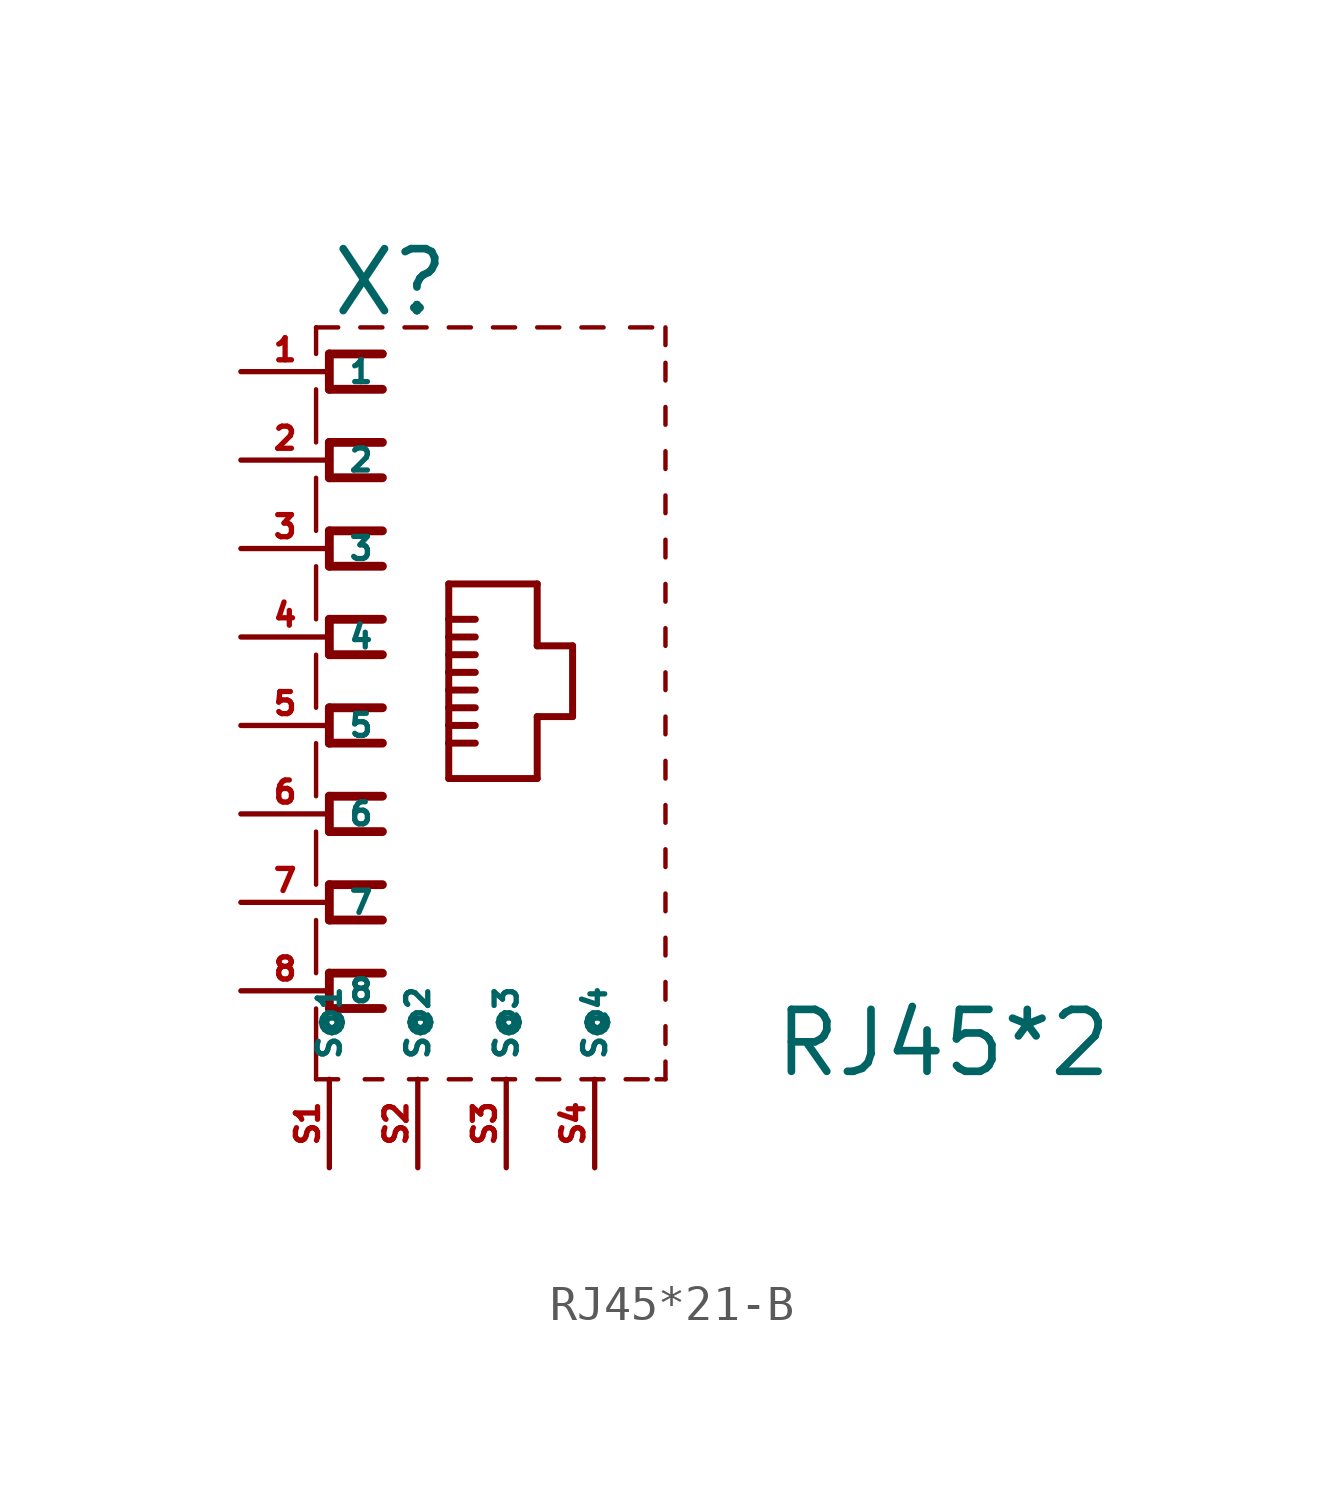
<source format=kicad_sym>
(kicad_symbol_lib
  (version 20220914)
  (generator Eagle2Kicad)
  (symbol "RJ45*21-B"
    (property "Reference" "X"
      (at -5.08 11.684 0)
      (effects (font (size 1.778 1.778) (thickness 0.22)) (justify left bottom)))
    (property "Value" "RJ45*2"
      (at 7.62 -10.16 0)
      (effects (font (size 1.778 1.778) (thickness 0.22)) (justify left bottom)))
    (polyline
      (pts (xy -5.461 -10.16) (xy -4.826 -10.16))
      (stroke (width 0.127) (type default))
      (fill (type none)))
    (polyline
      (pts (xy -4.064 -10.16) (xy -3.556 -10.16))
      (stroke (width 0.127) (type default))
      (fill (type none)))
    (polyline
      (pts (xy -2.794 -10.16) (xy -2.286 -10.16))
      (stroke (width 0.127) (type default))
      (fill (type none)))
    (polyline
      (pts (xy 4.318 -10.16) (xy 4.572 -10.16))
      (stroke (width 0.127) (type default))
      (fill (type none)))
    (polyline
      (pts (xy 4.572 -10.16) (xy 4.572 -9.652))
      (stroke (width 0.127) (type default))
      (fill (type none)))
    (polyline
      (pts (xy 4.572 9.906) (xy 4.572 10.414))
      (stroke (width 0.127) (type default))
      (fill (type none)))
    (polyline
      (pts (xy 4.572 10.922) (xy 4.572 11.43))
      (stroke (width 0.127) (type default))
      (fill (type none)))
    (polyline
      (pts (xy -4.826 11.43) (xy -5.461 11.43))
      (stroke (width 0.127) (type default))
      (fill (type none)))
    (polyline
      (pts (xy -5.461 11.43) (xy -5.461 10.668))
      (stroke (width 0.127) (type default))
      (fill (type none)))
    (polyline
      (pts (xy -5.461 9.652) (xy -5.461 8.128))
      (stroke (width 0.127) (type default))
      (fill (type none)))
    (polyline
      (pts (xy -5.461 7.112) (xy -5.461 5.588))
      (stroke (width 0.127) (type default))
      (fill (type none)))
    (polyline
      (pts (xy -5.461 4.572) (xy -5.461 3.048))
      (stroke (width 0.127) (type default))
      (fill (type none)))
    (polyline
      (pts (xy -5.461 2.032) (xy -5.461 0.508))
      (stroke (width 0.127) (type default))
      (fill (type none)))
    (polyline
      (pts (xy -5.461 -0.508) (xy -5.461 -2.032))
      (stroke (width 0.127) (type default))
      (fill (type none)))
    (polyline
      (pts (xy -5.461 -8.128) (xy -5.461 -10.16))
      (stroke (width 0.127) (type default))
      (fill (type none)))
    (polyline
      (pts (xy 4.572 8.636) (xy 4.572 9.144))
      (stroke (width 0.127) (type default))
      (fill (type none)))
    (polyline
      (pts (xy 4.572 7.366) (xy 4.572 7.874))
      (stroke (width 0.127) (type default))
      (fill (type none)))
    (polyline
      (pts (xy 4.572 6.096) (xy 4.572 6.604))
      (stroke (width 0.127) (type default))
      (fill (type none)))
    (polyline
      (pts (xy 4.572 4.826) (xy 4.572 5.334))
      (stroke (width 0.127) (type default))
      (fill (type none)))
    (polyline
      (pts (xy 4.572 3.556) (xy 4.572 4.064))
      (stroke (width 0.127) (type default))
      (fill (type none)))
    (polyline
      (pts (xy 4.572 2.286) (xy 4.572 2.794))
      (stroke (width 0.127) (type default))
      (fill (type none)))
    (polyline
      (pts (xy 4.572 1.016) (xy 4.572 1.524))
      (stroke (width 0.127) (type default))
      (fill (type none)))
    (polyline
      (pts (xy 4.572 -0.254) (xy 4.572 0.254))
      (stroke (width 0.127) (type default))
      (fill (type none)))
    (polyline
      (pts (xy 4.572 -1.524) (xy 4.572 -1.016))
      (stroke (width 0.127) (type default))
      (fill (type none)))
    (polyline
      (pts (xy -1.016 -10.16) (xy -1.651 -10.16))
      (stroke (width 0.127) (type default))
      (fill (type none)))
    (polyline
      (pts (xy 0.254 -10.16) (xy -0.381 -10.16))
      (stroke (width 0.127) (type default))
      (fill (type none)))
    (polyline
      (pts (xy 1.524 -10.16) (xy 0.889 -10.16))
      (stroke (width 0.127) (type default))
      (fill (type none)))
    (polyline
      (pts (xy 2.794 -10.16) (xy 2.159 -10.16))
      (stroke (width 0.127) (type default))
      (fill (type none)))
    (polyline
      (pts (xy 4.064 -10.16) (xy 3.429 -10.16))
      (stroke (width 0.127) (type default))
      (fill (type none)))
    (polyline
      (pts (xy -3.556 11.43) (xy -4.191 11.43))
      (stroke (width 0.127) (type default))
      (fill (type none)))
    (polyline
      (pts (xy -2.286 11.43) (xy -2.921 11.43))
      (stroke (width 0.127) (type default))
      (fill (type none)))
    (polyline
      (pts (xy -1.016 11.43) (xy -1.651 11.43))
      (stroke (width 0.127) (type default))
      (fill (type none)))
    (polyline
      (pts (xy 0.254 11.43) (xy -0.381 11.43))
      (stroke (width 0.127) (type default))
      (fill (type none)))
    (polyline
      (pts (xy 1.524 11.43) (xy 0.889 11.43))
      (stroke (width 0.127) (type default))
      (fill (type none)))
    (polyline
      (pts (xy 2.794 11.43) (xy 2.159 11.43))
      (stroke (width 0.127) (type default))
      (fill (type none)))
    (polyline
      (pts (xy 3.556 11.43) (xy 4.191 11.43))
      (stroke (width 0.127) (type default))
      (fill (type none)))
    (polyline
      (pts (xy -3.556 10.668) (xy -5.08 10.668))
      (stroke (width 0.254) (type default))
      (fill (type none)))
    (polyline
      (pts (xy -5.08 10.668) (xy -5.08 9.652))
      (stroke (width 0.254) (type default))
      (fill (type none)))
    (polyline
      (pts (xy -5.08 9.652) (xy -3.556 9.652))
      (stroke (width 0.254) (type default))
      (fill (type none)))
    (polyline
      (pts (xy -3.556 8.128) (xy -5.08 8.128))
      (stroke (width 0.254) (type default))
      (fill (type none)))
    (polyline
      (pts (xy -5.08 8.128) (xy -5.08 7.112))
      (stroke (width 0.254) (type default))
      (fill (type none)))
    (polyline
      (pts (xy -5.08 7.112) (xy -3.556 7.112))
      (stroke (width 0.254) (type default))
      (fill (type none)))
    (polyline
      (pts (xy -3.556 5.588) (xy -5.08 5.588))
      (stroke (width 0.254) (type default))
      (fill (type none)))
    (polyline
      (pts (xy -5.08 5.588) (xy -5.08 4.572))
      (stroke (width 0.254) (type default))
      (fill (type none)))
    (polyline
      (pts (xy -5.08 4.572) (xy -3.556 4.572))
      (stroke (width 0.254) (type default))
      (fill (type none)))
    (polyline
      (pts (xy -3.556 3.048) (xy -5.08 3.048))
      (stroke (width 0.254) (type default))
      (fill (type none)))
    (polyline
      (pts (xy -5.08 3.048) (xy -5.08 2.032))
      (stroke (width 0.254) (type default))
      (fill (type none)))
    (polyline
      (pts (xy -5.08 2.032) (xy -3.556 2.032))
      (stroke (width 0.254) (type default))
      (fill (type none)))
    (polyline
      (pts (xy -3.556 0.508) (xy -5.08 0.508))
      (stroke (width 0.254) (type default))
      (fill (type none)))
    (polyline
      (pts (xy -5.08 0.508) (xy -5.08 -0.508))
      (stroke (width 0.254) (type default))
      (fill (type none)))
    (polyline
      (pts (xy -5.08 -0.508) (xy -3.556 -0.508))
      (stroke (width 0.254) (type default))
      (fill (type none)))
    (polyline
      (pts (xy -3.556 -2.032) (xy -5.08 -2.032))
      (stroke (width 0.254) (type default))
      (fill (type none)))
    (polyline
      (pts (xy -5.08 -2.032) (xy -5.08 -3.048))
      (stroke (width 0.254) (type default))
      (fill (type none)))
    (polyline
      (pts (xy -5.08 -3.048) (xy -3.556 -3.048))
      (stroke (width 0.254) (type default))
      (fill (type none)))
    (polyline
      (pts (xy -1.651 -1.524) (xy 0.889 -1.524))
      (stroke (width 0.2) (type default))
      (fill (type none)))
    (polyline
      (pts (xy 0.889 -1.524) (xy 0.889 0.254))
      (stroke (width 0.2) (type default))
      (fill (type none)))
    (polyline
      (pts (xy 0.889 0.254) (xy 1.905 0.254))
      (stroke (width 0.2) (type default))
      (fill (type none)))
    (polyline
      (pts (xy 1.905 0.254) (xy 1.905 2.286))
      (stroke (width 0.2) (type default))
      (fill (type none)))
    (polyline
      (pts (xy 1.905 2.286) (xy 0.889 2.286))
      (stroke (width 0.2) (type default))
      (fill (type none)))
    (polyline
      (pts (xy 0.889 2.286) (xy 0.889 4.064))
      (stroke (width 0.2) (type default))
      (fill (type none)))
    (polyline
      (pts (xy 0.889 4.064) (xy -1.651 4.064))
      (stroke (width 0.2) (type default))
      (fill (type none)))
    (polyline
      (pts (xy -1.651 4.064) (xy -1.651 3.048))
      (stroke (width 0.2) (type default))
      (fill (type none)))
    (polyline
      (pts (xy -1.651 3.048) (xy -1.651 2.54))
      (stroke (width 0.2) (type default))
      (fill (type none)))
    (polyline
      (pts (xy -1.651 2.54) (xy -1.651 2.032))
      (stroke (width 0.2) (type default))
      (fill (type none)))
    (polyline
      (pts (xy -1.651 2.032) (xy -1.651 1.524))
      (stroke (width 0.2) (type default))
      (fill (type none)))
    (polyline
      (pts (xy -1.651 1.524) (xy -1.651 1.016))
      (stroke (width 0.2) (type default))
      (fill (type none)))
    (polyline
      (pts (xy -1.651 1.016) (xy -1.651 0.508))
      (stroke (width 0.2) (type default))
      (fill (type none)))
    (polyline
      (pts (xy -1.651 0.508) (xy -1.651 0))
      (stroke (width 0.2) (type default))
      (fill (type none)))
    (polyline
      (pts (xy -1.651 0) (xy -1.651 -0.508))
      (stroke (width 0.2) (type default))
      (fill (type none)))
    (polyline
      (pts (xy -1.651 -0.508) (xy -1.651 -1.524))
      (stroke (width 0.2) (type default))
      (fill (type none)))
    (polyline
      (pts (xy -1.651 3.048) (xy -0.889 3.048))
      (stroke (width 0.2) (type default))
      (fill (type none)))
    (polyline
      (pts (xy -1.651 2.54) (xy -0.889 2.54))
      (stroke (width 0.2) (type default))
      (fill (type none)))
    (polyline
      (pts (xy -1.651 2.032) (xy -0.889 2.032))
      (stroke (width 0.2) (type default))
      (fill (type none)))
    (polyline
      (pts (xy -1.651 1.524) (xy -0.889 1.524))
      (stroke (width 0.2) (type default))
      (fill (type none)))
    (polyline
      (pts (xy -1.651 1.016) (xy -0.889 1.016))
      (stroke (width 0.2) (type default))
      (fill (type none)))
    (polyline
      (pts (xy -1.651 0.508) (xy -0.889 0.508))
      (stroke (width 0.2) (type default))
      (fill (type none)))
    (polyline
      (pts (xy -3.556 -4.572) (xy -5.08 -4.572))
      (stroke (width 0.254) (type default))
      (fill (type none)))
    (polyline
      (pts (xy -5.08 -4.572) (xy -5.08 -5.588))
      (stroke (width 0.254) (type default))
      (fill (type none)))
    (polyline
      (pts (xy -5.08 -5.588) (xy -3.556 -5.588))
      (stroke (width 0.254) (type default))
      (fill (type none)))
    (polyline
      (pts (xy -3.556 -7.112) (xy -5.08 -7.112))
      (stroke (width 0.254) (type default))
      (fill (type none)))
    (polyline
      (pts (xy -5.08 -7.112) (xy -5.08 -8.128))
      (stroke (width 0.254) (type default))
      (fill (type none)))
    (polyline
      (pts (xy -5.08 -8.128) (xy -3.556 -8.128))
      (stroke (width 0.254) (type default))
      (fill (type none)))
    (polyline
      (pts (xy -1.651 0) (xy -0.889 0))
      (stroke (width 0.2) (type default))
      (fill (type none)))
    (polyline
      (pts (xy -1.651 -0.508) (xy -0.889 -0.508))
      (stroke (width 0.2) (type default))
      (fill (type none)))
    (polyline
      (pts (xy -5.461 -3.048) (xy -5.461 -4.572))
      (stroke (width 0.127) (type default))
      (fill (type none)))
    (polyline
      (pts (xy -5.461 -5.588) (xy -5.461 -7.112))
      (stroke (width 0.127) (type default))
      (fill (type none)))
    (polyline
      (pts (xy 4.572 -2.794) (xy 4.572 -2.286))
      (stroke (width 0.127) (type default))
      (fill (type none)))
    (polyline
      (pts (xy 4.572 -4.064) (xy 4.572 -3.556))
      (stroke (width 0.127) (type default))
      (fill (type none)))
    (polyline
      (pts (xy 4.572 -5.334) (xy 4.572 -4.826))
      (stroke (width 0.127) (type default))
      (fill (type none)))
    (polyline
      (pts (xy 4.572 -6.604) (xy 4.572 -6.096))
      (stroke (width 0.127) (type default))
      (fill (type none)))
    (polyline
      (pts (xy 4.572 -7.874) (xy 4.572 -7.366))
      (stroke (width 0.127) (type default))
      (fill (type none)))
    (polyline
      (pts (xy 4.572 -9.144) (xy 4.572 -8.636))
      (stroke (width 0.127) (type default))
      (fill (type none)))
    (pin passive line
      (at -2.54 -12.7 90)
      (length 2.54)
      (name "S@2" (effects (font (size 0.635 0.635) (thickness 0.08)) (justify left bottom)))
      (number "S2" (effects (font (size 0.635 0.635) (thickness 0.08)) (justify left bottom))))
    (pin passive line
      (at -5.08 -12.7 90)
      (length 2.54)
      (name "S@1" (effects (font (size 0.635 0.635) (thickness 0.08)) (justify left bottom)))
      (number "S1" (effects (font (size 0.635 0.635) (thickness 0.08)) (justify left bottom))))
    (pin passive line
      (at 0 -12.7 90)
      (length 2.54)
      (name "S@3" (effects (font (size 0.635 0.635) (thickness 0.08)) (justify left bottom)))
      (number "S3" (effects (font (size 0.635 0.635) (thickness 0.08)) (justify left bottom))))
    (pin passive line
      (at 2.54 -12.7 90)
      (length 2.54)
      (name "S@4" (effects (font (size 0.635 0.635) (thickness 0.08)) (justify left bottom)))
      (number "S4" (effects (font (size 0.635 0.635) (thickness 0.08)) (justify left bottom))))
    (pin passive line
      (at -7.62 10.16 0)
      (length 2.54)
      (name "1" (effects (font (size 0.635 0.635) (thickness 0.08)) (justify left bottom)))
      (number "1" (effects (font (size 0.635 0.635) (thickness 0.08)) (justify left bottom))))
    (pin passive line
      (at -7.62 7.62 0)
      (length 2.54)
      (name "2" (effects (font (size 0.635 0.635) (thickness 0.08)) (justify left bottom)))
      (number "2" (effects (font (size 0.635 0.635) (thickness 0.08)) (justify left bottom))))
    (pin passive line
      (at -7.62 5.08 0)
      (length 2.54)
      (name "3" (effects (font (size 0.635 0.635) (thickness 0.08)) (justify left bottom)))
      (number "3" (effects (font (size 0.635 0.635) (thickness 0.08)) (justify left bottom))))
    (pin passive line
      (at -7.62 2.54 0)
      (length 2.54)
      (name "4" (effects (font (size 0.635 0.635) (thickness 0.08)) (justify left bottom)))
      (number "4" (effects (font (size 0.635 0.635) (thickness 0.08)) (justify left bottom))))
    (pin passive line
      (at -7.62 0 0)
      (length 2.54)
      (name "5" (effects (font (size 0.635 0.635) (thickness 0.08)) (justify left bottom)))
      (number "5" (effects (font (size 0.635 0.635) (thickness 0.08)) (justify left bottom))))
    (pin passive line
      (at -7.62 -2.54 0)
      (length 2.54)
      (name "6" (effects (font (size 0.635 0.635) (thickness 0.08)) (justify left bottom)))
      (number "6" (effects (font (size 0.635 0.635) (thickness 0.08)) (justify left bottom))))
    (pin passive line
      (at -7.62 -5.08 0)
      (length 2.54)
      (name "7" (effects (font (size 0.635 0.635) (thickness 0.08)) (justify left bottom)))
      (number "7" (effects (font (size 0.635 0.635) (thickness 0.08)) (justify left bottom))))
    (pin passive line
      (at -7.62 -7.62 0)
      (length 2.54)
      (name "8" (effects (font (size 0.635 0.635) (thickness 0.08)) (justify left bottom)))
      (number "8" (effects (font (size 0.635 0.635) (thickness 0.08)) (justify left bottom))))))
</source>
